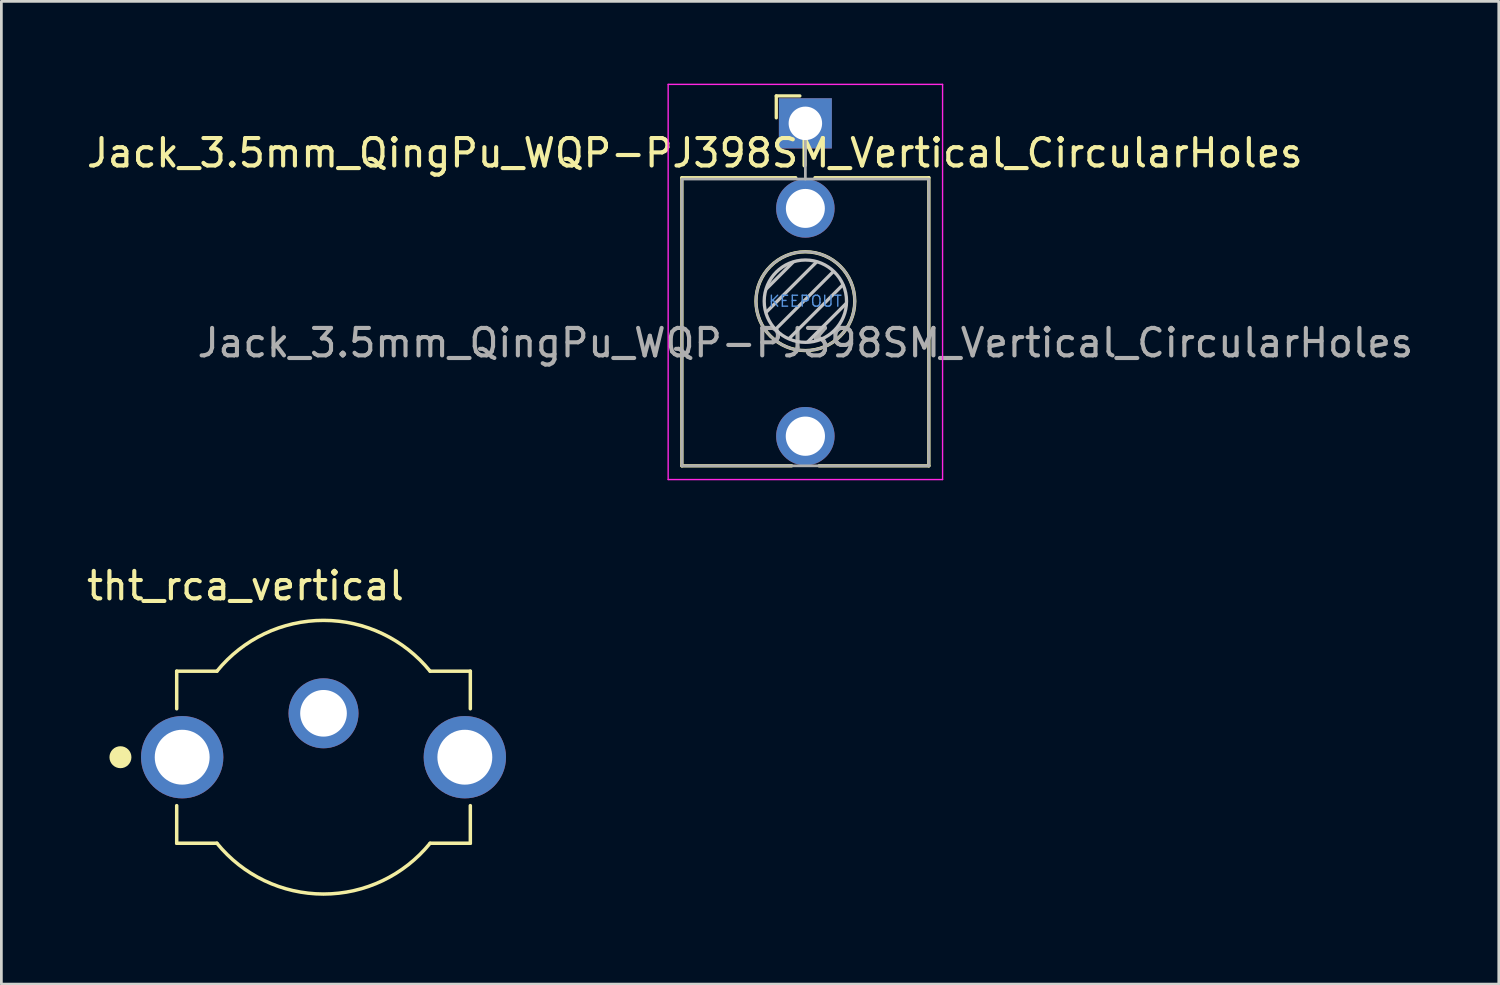
<source format=kicad_pcb>
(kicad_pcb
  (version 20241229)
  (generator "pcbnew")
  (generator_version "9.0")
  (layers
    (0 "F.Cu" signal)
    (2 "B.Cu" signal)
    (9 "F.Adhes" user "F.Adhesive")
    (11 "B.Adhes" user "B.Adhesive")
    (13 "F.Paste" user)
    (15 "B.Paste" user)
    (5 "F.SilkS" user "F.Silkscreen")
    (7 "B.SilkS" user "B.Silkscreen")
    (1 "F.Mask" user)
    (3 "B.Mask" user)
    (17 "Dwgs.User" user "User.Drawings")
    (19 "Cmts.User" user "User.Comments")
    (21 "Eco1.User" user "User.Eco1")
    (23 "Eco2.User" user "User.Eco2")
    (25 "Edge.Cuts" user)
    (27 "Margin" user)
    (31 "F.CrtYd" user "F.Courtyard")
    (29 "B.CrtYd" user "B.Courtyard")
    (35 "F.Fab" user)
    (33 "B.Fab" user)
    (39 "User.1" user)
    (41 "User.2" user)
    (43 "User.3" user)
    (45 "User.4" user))
  (footprint "Jack_3.5mm_QingPu_WQP-PJ398SM_Vertical_CircularHoles"
    (layer "F.Cu")
    (at 26.298 1.445)
    (property "Reference" "Jack_3.5mm_QingPu_WQP-PJ398SM_Vertical_CircularHoles" (at -4.03 1.08 180) (layer "F.SilkS") (effects (font (size 1 1) (thickness 0.15))))
    (attr through_hole)
    (fp_line (start -4.5 1.98) (end -4.5 12.48) (stroke (width 0.12) (type solid)) (layer "F.SilkS"))
    (fp_line (start -1.06 -1) (end -1.06 -0.2) (stroke (width 0.12) (type solid)) (layer "F.SilkS"))
    (fp_line (start -1.06 -1) (end -0.2 -1) (stroke (width 0.12) (type solid)) (layer "F.SilkS"))
    (fp_line (start -0.5 12.48) (end -4.5 12.48) (stroke (width 0.12) (type solid)) (layer "F.SilkS"))
    (fp_line (start -0.35 1.98) (end -4.5 1.98) (stroke (width 0.12) (type solid)) (layer "F.SilkS"))
    (fp_line (start 4.5 1.98) (end 0.35 1.98) (stroke (width 0.12) (type solid)) (layer "F.SilkS"))
    (fp_line (start 4.5 1.98) (end 4.5 12.48) (stroke (width 0.12) (type solid)) (layer "F.SilkS"))
    (fp_line (start 4.5 12.48) (end 0.5 12.48) (stroke (width 0.12) (type solid)) (layer "F.SilkS"))
    (fp_circle (center 0 6.48) (end 1.8 6.48) (stroke (width 0.12) (type solid)) (fill no) (layer "F.SilkS"))
    (fp_line (start -1.42 6.875) (end 0.4 5.06) (stroke (width 0.12) (type solid)) (layer "Dwgs.User"))
    (fp_line (start -1.41 6.02) (end -0.46 5.07) (stroke (width 0.12) (type solid)) (layer "Dwgs.User"))
    (fp_line (start -1.07 7.49) (end 1.01 5.41) (stroke (width 0.12) (type solid)) (layer "Dwgs.User"))
    (fp_line (start -0.58 7.83) (end 1.36 5.89) (stroke (width 0.12) (type solid)) (layer "Dwgs.User"))
    (fp_line (start 0.09 7.96) (end 1.48 6.57) (stroke (width 0.12) (type solid)) (layer "Dwgs.User"))
    (fp_circle (center 0 6.48) (end 1.5 6.48) (stroke (width 0.12) (type solid)) (fill no) (layer "Dwgs.User"))
    (fp_line (start -5 12.98) (end -5 -1.42) (stroke (width 0.05) (type solid)) (layer "F.CrtYd"))
    (fp_line (start 5 -1.42) (end -5 -1.42) (stroke (width 0.05) (type solid)) (layer "F.CrtYd"))
    (fp_line (start 5 12.98) (end -5 12.98) (stroke (width 0.05) (type solid)) (layer "F.CrtYd"))
    (fp_line (start 5 12.98) (end 5 -1.42) (stroke (width 0.05) (type solid)) (layer "F.CrtYd"))
    (fp_line (start -4.5 12.48) (end -4.5 2.08) (stroke (width 0.1) (type solid)) (layer "F.Fab"))
    (fp_line (start 0 0) (end 0 2.03) (stroke (width 0.1) (type solid)) (layer "F.Fab"))
    (fp_line (start 4.5 2.03) (end -4.5 2.03) (stroke (width 0.1) (type solid)) (layer "F.Fab"))
    (fp_line (start 4.5 12.48) (end -4.5 12.48) (stroke (width 0.1) (type solid)) (layer "F.Fab"))
    (fp_line (start 4.5 12.48) (end 4.5 2.08) (stroke (width 0.1) (type solid)) (layer "F.Fab"))
    (fp_circle (center 0 6.48) (end 1.8 6.48) (stroke (width 0.1) (type solid)) (fill no) (layer "F.Fab"))
    (fp_text user "KEEPOUT" (at 0 6.48 0) (layer "Cmts.User") (effects (font (size 0.4 0.4) (thickness 0.051))))
    (fp_text user "${REFERENCE}" (at 0 8 180) (layer "F.Fab") (effects (font (size 1 1) (thickness 0.15))))
    (pad "S" thru_hole rect (at 0 0 180) (size 1.93 1.83) (drill 1.22) (layers "*.Cu" "*.Mask"))
    (pad "T" thru_hole circle (at 0 11.4 180) (size 2.13 2.13) (drill 1.43) (layers "*.Cu" "*.Mask"))
    (pad "TN" thru_hole circle (at 0 3.1 180) (size 2.13 2.13) (drill 1.42) (layers "*.Cu" "*.Mask")))
  (footprint "tht_rca_vertical"
    (layer "F.Cu")
    (at 8.739 24.543)
    (property "Reference" "tht_rca_vertical" (at -2.844 -6.244 0) (layer "F.SilkS") (effects (font (size 1.001 1.001) (thickness 0.15))))
    (attr through_hole)
    (fp_line (start -5.35 -3.135) (end -5.35 -1.765) (stroke (width 0.127) (type solid)) (layer "F.SilkS"))
    (fp_line (start -5.35 1.765) (end -5.35 3.135) (stroke (width 0.127) (type solid)) (layer "F.SilkS"))
    (fp_line (start -3.884 -3.135) (end -5.35 -3.135) (stroke (width 0.127) (type solid)) (layer "F.SilkS"))
    (fp_line (start -3.884 3.135) (end -5.35 3.135) (stroke (width 0.127) (type solid)) (layer "F.SilkS"))
    (fp_line (start 5.35 -3.135) (end 3.884 -3.135) (stroke (width 0.127) (type solid)) (layer "F.SilkS"))
    (fp_line (start 5.35 -3.135) (end 5.35 -1.765) (stroke (width 0.127) (type solid)) (layer "F.SilkS"))
    (fp_line (start 5.35 1.765) (end 5.35 3.135) (stroke (width 0.127) (type solid)) (layer "F.SilkS"))
    (fp_line (start 5.35 3.135) (end 3.884 3.135) (stroke (width 0.127) (type solid)) (layer "F.SilkS"))
    (fp_arc (start -3.882076 -3.137372) (mid 0.001527 -4.986221) (end 3.884 -3.135) (stroke (width 0.127) (type solid)) (layer "F.SilkS"))
    (fp_arc (start 3.882076 3.137372) (mid -0.001527 4.986221) (end -3.884 3.135) (stroke (width 0.127) (type solid)) (layer "F.SilkS"))
    (fp_circle (center -7.4 0) (end -7.2 0) (stroke (width 0.4) (type solid)) (fill no) (layer "F.SilkS"))
    (fp_line (start -6.9 -1.7) (end -6.9 1.75) (stroke (width 0.05) (type solid)) (layer "Eco1.User"))
    (fp_line (start -6.9 1.75) (end -5.6 1.75) (stroke (width 0.05) (type solid)) (layer "Eco1.User"))
    (fp_line (start -5.6 -3.385) (end -5.605 -3.385) (stroke (width 0.05) (type solid)) (layer "Eco1.User"))
    (fp_line (start -5.6 -3.385) (end -5.6 -1.7) (stroke (width 0.05) (type solid)) (layer "Eco1.User"))
    (fp_line (start -5.6 -1.7) (end -6.9 -1.7) (stroke (width 0.05) (type solid)) (layer "Eco1.User"))
    (fp_line (start -5.6 1.75) (end -5.6 3.385) (stroke (width 0.05) (type solid)) (layer "Eco1.User"))
    (fp_line (start -3.903 -3.385) (end -5.6 -3.385) (stroke (width 0.05) (type solid)) (layer "Eco1.User"))
    (fp_line (start -3.901 3.385) (end -5.6 3.385) (stroke (width 0.05) (type solid)) (layer "Eco1.User"))
    (fp_line (start 5.6 -3.385) (end 3.895 -3.385) (stroke (width 0.05) (type solid)) (layer "Eco1.User"))
    (fp_line (start 5.6 -1.75) (end 5.6 -3.385) (stroke (width 0.05) (type solid)) (layer "Eco1.User"))
    (fp_line (start 5.6 -1.75) (end 6.95 -1.75) (stroke (width 0.05) (type solid)) (layer "Eco1.User"))
    (fp_line (start 5.6 3.385) (end 3.904 3.385) (stroke (width 0.05) (type solid)) (layer "Eco1.User"))
    (fp_line (start 5.6 3.385) (end 5.6 1.7) (stroke (width 0.05) (type solid)) (layer "Eco1.User"))
    (fp_line (start 6.95 -1.75) (end 6.95 1.7) (stroke (width 0.05) (type solid)) (layer "Eco1.User"))
    (fp_line (start 6.95 1.7) (end 5.6 1.7) (stroke (width 0.05) (type solid)) (layer "Eco1.User"))
    (fp_arc (start -3.901069 -3.387381) (mid -0.002467 -5.24337) (end 3.895 -3.385) (stroke (width 0.05) (type solid)) (layer "Eco1.User"))
    (fp_arc (start 3.895069 3.387381) (mid -0.003533 5.24337) (end -3.901 3.385) (stroke (width 0.05) (type solid)) (layer "Eco1.User"))
    (fp_line (start -5.35 -3.135) (end -5.35 3.135) (stroke (width 0.127) (type solid)) (layer "Eco2.User"))
    (fp_line (start -3.884 -3.135) (end -5.35 -3.135) (stroke (width 0.127) (type solid)) (layer "Eco2.User"))
    (fp_line (start -3.884 3.135) (end -5.35 3.135) (stroke (width 0.127) (type solid)) (layer "Eco2.User"))
    (fp_line (start 5.35 -3.135) (end 3.884 -3.135) (stroke (width 0.127) (type solid)) (layer "Eco2.User"))
    (fp_line (start 5.35 3.135) (end 3.884 3.135) (stroke (width 0.127) (type solid)) (layer "Eco2.User"))
    (fp_line (start 5.35 3.135) (end 5.35 -3.135) (stroke (width 0.127) (type solid)) (layer "Eco2.User"))
    (fp_arc (start -3.882076 -3.137372) (mid 0.001527 -4.986221) (end 3.884 -3.135) (stroke (width 0.127) (type solid)) (layer "Eco2.User"))
    (fp_arc (start 3.882076 3.137372) (mid -0.001527 4.986221) (end -3.884 3.135) (stroke (width 0.127) (type solid)) (layer "Eco2.User"))
    (pad "1" thru_hole circle (at 0 -1.6) (size 2.55 2.55) (drill 1.7) (layers "*.Cu" "*.Mask"))
    (pad "2" thru_hole circle (at -5.15 0) (size 3 3) (drill 2) (layers "*.Cu" "*.Mask"))
    (pad "2" thru_hole circle (at 5.15 0) (size 3 3) (drill 2) (layers "*.Cu" "*.Mask")))
  (gr_rect
    (start -3 -3)
    (end 51.566 32.811)
    (stroke (width 0.1) (type default))
    (fill no)
    (layer "Edge.Cuts")))
</source>
